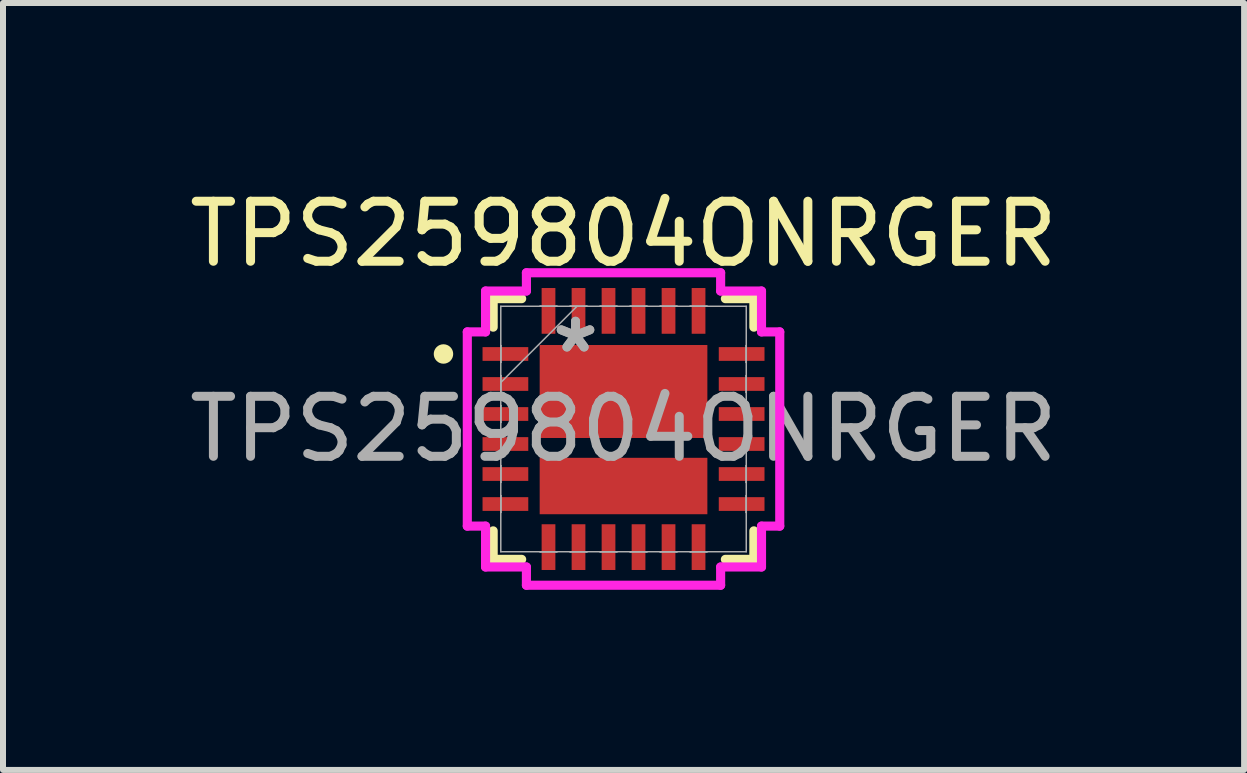
<source format=kicad_pcb>
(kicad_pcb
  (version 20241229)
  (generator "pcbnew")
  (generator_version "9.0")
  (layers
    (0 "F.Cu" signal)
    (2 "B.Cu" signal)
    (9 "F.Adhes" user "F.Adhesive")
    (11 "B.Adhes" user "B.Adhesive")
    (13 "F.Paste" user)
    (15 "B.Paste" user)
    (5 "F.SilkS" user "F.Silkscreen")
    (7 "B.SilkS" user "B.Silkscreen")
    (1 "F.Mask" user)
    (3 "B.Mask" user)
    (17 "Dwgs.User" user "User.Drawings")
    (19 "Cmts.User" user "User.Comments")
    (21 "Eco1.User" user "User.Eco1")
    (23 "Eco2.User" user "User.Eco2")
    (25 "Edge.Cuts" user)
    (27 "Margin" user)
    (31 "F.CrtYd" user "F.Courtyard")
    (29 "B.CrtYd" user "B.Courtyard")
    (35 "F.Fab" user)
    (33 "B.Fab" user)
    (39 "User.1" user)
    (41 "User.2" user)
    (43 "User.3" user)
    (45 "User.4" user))
  (footprint "TPS259804ONRGER"
    (layer "F.Cu")
    (at 7.339 4.098)
    (property "Reference" "TPS259804ONRGER" (at 0 -3.25 0) (unlocked yes) (layer "F.SilkS") (effects (font (size 1 1) (thickness 0.15))))
    (attr smd)
    (fp_line (start -2.172 -2.172) (end -2.172 -1.697) (stroke (width 0.152) (type solid)) (layer "F.SilkS"))
    (fp_line (start -2.172 1.697) (end -2.172 2.172) (stroke (width 0.152) (type solid)) (layer "F.SilkS"))
    (fp_line (start -2.172 2.172) (end -1.697 2.172) (stroke (width 0.152) (type solid)) (layer "F.SilkS"))
    (fp_line (start -1.697 -2.172) (end -2.172 -2.172) (stroke (width 0.152) (type solid)) (layer "F.SilkS"))
    (fp_line (start 1.697 2.172) (end 2.172 2.172) (stroke (width 0.152) (type solid)) (layer "F.SilkS"))
    (fp_line (start 2.172 -2.172) (end 1.697 -2.172) (stroke (width 0.152) (type solid)) (layer "F.SilkS"))
    (fp_line (start 2.172 -1.697) (end 2.172 -2.172) (stroke (width 0.152) (type solid)) (layer "F.SilkS"))
    (fp_line (start 2.172 2.172) (end 2.172 1.697) (stroke (width 0.152) (type solid)) (layer "F.SilkS"))
    (fp_circle (center -3 -1.25) (end -2.89 -1.229) (stroke (width 0.1) (type solid)) (fill yes) (layer "F.SilkS"))
    (fp_line (start -2.603 -1.618) (end -2.299 -1.618) (stroke (width 0.152) (type solid)) (layer "F.CrtYd"))
    (fp_line (start -2.603 1.618) (end -2.603 -1.618) (stroke (width 0.152) (type solid)) (layer "F.CrtYd"))
    (fp_line (start -2.299 -2.299) (end -1.618 -2.299) (stroke (width 0.152) (type solid)) (layer "F.CrtYd"))
    (fp_line (start -2.299 -1.618) (end -2.299 -2.299) (stroke (width 0.152) (type solid)) (layer "F.CrtYd"))
    (fp_line (start -2.299 1.618) (end -2.603 1.618) (stroke (width 0.152) (type solid)) (layer "F.CrtYd"))
    (fp_line (start -2.299 2.299) (end -2.299 1.618) (stroke (width 0.152) (type solid)) (layer "F.CrtYd"))
    (fp_line (start -1.618 -2.603) (end 1.618 -2.603) (stroke (width 0.152) (type solid)) (layer "F.CrtYd"))
    (fp_line (start -1.618 -2.299) (end -1.618 -2.603) (stroke (width 0.152) (type solid)) (layer "F.CrtYd"))
    (fp_line (start -1.618 2.299) (end -2.299 2.299) (stroke (width 0.152) (type solid)) (layer "F.CrtYd"))
    (fp_line (start -1.618 2.603) (end -1.618 2.299) (stroke (width 0.152) (type solid)) (layer "F.CrtYd"))
    (fp_line (start 1.618 -2.603) (end 1.618 -2.299) (stroke (width 0.152) (type solid)) (layer "F.CrtYd"))
    (fp_line (start 1.618 -2.299) (end 2.299 -2.299) (stroke (width 0.152) (type solid)) (layer "F.CrtYd"))
    (fp_line (start 1.618 2.299) (end 1.618 2.603) (stroke (width 0.152) (type solid)) (layer "F.CrtYd"))
    (fp_line (start 1.618 2.603) (end -1.618 2.603) (stroke (width 0.152) (type solid)) (layer "F.CrtYd"))
    (fp_line (start 2.299 -2.299) (end 2.299 -1.618) (stroke (width 0.152) (type solid)) (layer "F.CrtYd"))
    (fp_line (start 2.299 -1.618) (end 2.603 -1.618) (stroke (width 0.152) (type solid)) (layer "F.CrtYd"))
    (fp_line (start 2.299 1.618) (end 2.299 2.299) (stroke (width 0.152) (type solid)) (layer "F.CrtYd"))
    (fp_line (start 2.299 2.299) (end 1.618 2.299) (stroke (width 0.152) (type solid)) (layer "F.CrtYd"))
    (fp_line (start 2.603 -1.618) (end 2.603 1.618) (stroke (width 0.152) (type solid)) (layer "F.CrtYd"))
    (fp_line (start 2.603 1.618) (end 2.299 1.618) (stroke (width 0.152) (type solid)) (layer "F.CrtYd"))
    (fp_line (start -2.045 -2.045) (end -2.045 2.045) (stroke (width 0.025) (type solid)) (layer "F.Fab"))
    (fp_line (start -2.045 -1.39) (end -2.045 -1.39) (stroke (width 0.025) (type solid)) (layer "F.Fab"))
    (fp_line (start -2.045 -1.39) (end -2.045 -1.11) (stroke (width 0.025) (type solid)) (layer "F.Fab"))
    (fp_line (start -2.045 -1.11) (end -2.045 -1.39) (stroke (width 0.025) (type solid)) (layer "F.Fab"))
    (fp_line (start -2.045 -1.11) (end -2.045 -1.11) (stroke (width 0.025) (type solid)) (layer "F.Fab"))
    (fp_line (start -2.045 -0.89) (end -2.045 -0.89) (stroke (width 0.025) (type solid)) (layer "F.Fab"))
    (fp_line (start -2.045 -0.89) (end -2.045 -0.61) (stroke (width 0.025) (type solid)) (layer "F.Fab"))
    (fp_line (start -2.045 -0.775) (end -0.775 -2.045) (stroke (width 0.025) (type solid)) (layer "F.Fab"))
    (fp_line (start -2.045 -0.61) (end -2.045 -0.89) (stroke (width 0.025) (type solid)) (layer "F.Fab"))
    (fp_line (start -2.045 -0.61) (end -2.045 -0.61) (stroke (width 0.025) (type solid)) (layer "F.Fab"))
    (fp_line (start -2.045 -0.39) (end -2.045 -0.39) (stroke (width 0.025) (type solid)) (layer "F.Fab"))
    (fp_line (start -2.045 -0.39) (end -2.045 -0.11) (stroke (width 0.025) (type solid)) (layer "F.Fab"))
    (fp_line (start -2.045 -0.11) (end -2.045 -0.39) (stroke (width 0.025) (type solid)) (layer "F.Fab"))
    (fp_line (start -2.045 -0.11) (end -2.045 -0.11) (stroke (width 0.025) (type solid)) (layer "F.Fab"))
    (fp_line (start -2.045 0.11) (end -2.045 0.11) (stroke (width 0.025) (type solid)) (layer "F.Fab"))
    (fp_line (start -2.045 0.11) (end -2.045 0.39) (stroke (width 0.025) (type solid)) (layer "F.Fab"))
    (fp_line (start -2.045 0.39) (end -2.045 0.11) (stroke (width 0.025) (type solid)) (layer "F.Fab"))
    (fp_line (start -2.045 0.39) (end -2.045 0.39) (stroke (width 0.025) (type solid)) (layer "F.Fab"))
    (fp_line (start -2.045 0.61) (end -2.045 0.61) (stroke (width 0.025) (type solid)) (layer "F.Fab"))
    (fp_line (start -2.045 0.61) (end -2.045 0.89) (stroke (width 0.025) (type solid)) (layer "F.Fab"))
    (fp_line (start -2.045 0.89) (end -2.045 0.61) (stroke (width 0.025) (type solid)) (layer "F.Fab"))
    (fp_line (start -2.045 0.89) (end -2.045 0.89) (stroke (width 0.025) (type solid)) (layer "F.Fab"))
    (fp_line (start -2.045 1.11) (end -2.045 1.11) (stroke (width 0.025) (type solid)) (layer "F.Fab"))
    (fp_line (start -2.045 1.11) (end -2.045 1.39) (stroke (width 0.025) (type solid)) (layer "F.Fab"))
    (fp_line (start -2.045 1.39) (end -2.045 1.11) (stroke (width 0.025) (type solid)) (layer "F.Fab"))
    (fp_line (start -2.045 1.39) (end -2.045 1.39) (stroke (width 0.025) (type solid)) (layer "F.Fab"))
    (fp_line (start -2.045 2.045) (end 2.045 2.045) (stroke (width 0.025) (type solid)) (layer "F.Fab"))
    (fp_line (start -1.39 -2.045) (end -1.39 -2.045) (stroke (width 0.025) (type solid)) (layer "F.Fab"))
    (fp_line (start -1.39 -2.045) (end -1.11 -2.045) (stroke (width 0.025) (type solid)) (layer "F.Fab"))
    (fp_line (start -1.39 2.045) (end -1.39 2.045) (stroke (width 0.025) (type solid)) (layer "F.Fab"))
    (fp_line (start -1.39 2.045) (end -1.11 2.045) (stroke (width 0.025) (type solid)) (layer "F.Fab"))
    (fp_line (start -1.11 -2.045) (end -1.39 -2.045) (stroke (width 0.025) (type solid)) (layer "F.Fab"))
    (fp_line (start -1.11 -2.045) (end -1.11 -2.045) (stroke (width 0.025) (type solid)) (layer "F.Fab"))
    (fp_line (start -1.11 2.045) (end -1.39 2.045) (stroke (width 0.025) (type solid)) (layer "F.Fab"))
    (fp_line (start -1.11 2.045) (end -1.11 2.045) (stroke (width 0.025) (type solid)) (layer "F.Fab"))
    (fp_line (start -0.89 -2.045) (end -0.89 -2.045) (stroke (width 0.025) (type solid)) (layer "F.Fab"))
    (fp_line (start -0.89 -2.045) (end -0.61 -2.045) (stroke (width 0.025) (type solid)) (layer "F.Fab"))
    (fp_line (start -0.89 2.045) (end -0.89 2.045) (stroke (width 0.025) (type solid)) (layer "F.Fab"))
    (fp_line (start -0.89 2.045) (end -0.61 2.045) (stroke (width 0.025) (type solid)) (layer "F.Fab"))
    (fp_line (start -0.61 -2.045) (end -0.89 -2.045) (stroke (width 0.025) (type solid)) (layer "F.Fab"))
    (fp_line (start -0.61 -2.045) (end -0.61 -2.045) (stroke (width 0.025) (type solid)) (layer "F.Fab"))
    (fp_line (start -0.61 2.045) (end -0.89 2.045) (stroke (width 0.025) (type solid)) (layer "F.Fab"))
    (fp_line (start -0.61 2.045) (end -0.61 2.045) (stroke (width 0.025) (type solid)) (layer "F.Fab"))
    (fp_line (start -0.39 -2.045) (end -0.39 -2.045) (stroke (width 0.025) (type solid)) (layer "F.Fab"))
    (fp_line (start -0.39 -2.045) (end -0.11 -2.045) (stroke (width 0.025) (type solid)) (layer "F.Fab"))
    (fp_line (start -0.39 2.045) (end -0.39 2.045) (stroke (width 0.025) (type solid)) (layer "F.Fab"))
    (fp_line (start -0.39 2.045) (end -0.11 2.045) (stroke (width 0.025) (type solid)) (layer "F.Fab"))
    (fp_line (start -0.11 -2.045) (end -0.39 -2.045) (stroke (width 0.025) (type solid)) (layer "F.Fab"))
    (fp_line (start -0.11 -2.045) (end -0.11 -2.045) (stroke (width 0.025) (type solid)) (layer "F.Fab"))
    (fp_line (start -0.11 2.045) (end -0.39 2.045) (stroke (width 0.025) (type solid)) (layer "F.Fab"))
    (fp_line (start -0.11 2.045) (end -0.11 2.045) (stroke (width 0.025) (type solid)) (layer "F.Fab"))
    (fp_line (start 0.11 -2.045) (end 0.11 -2.045) (stroke (width 0.025) (type solid)) (layer "F.Fab"))
    (fp_line (start 0.11 -2.045) (end 0.39 -2.045) (stroke (width 0.025) (type solid)) (layer "F.Fab"))
    (fp_line (start 0.11 2.045) (end 0.11 2.045) (stroke (width 0.025) (type solid)) (layer "F.Fab"))
    (fp_line (start 0.11 2.045) (end 0.39 2.045) (stroke (width 0.025) (type solid)) (layer "F.Fab"))
    (fp_line (start 0.39 -2.045) (end 0.11 -2.045) (stroke (width 0.025) (type solid)) (layer "F.Fab"))
    (fp_line (start 0.39 -2.045) (end 0.39 -2.045) (stroke (width 0.025) (type solid)) (layer "F.Fab"))
    (fp_line (start 0.39 2.045) (end 0.11 2.045) (stroke (width 0.025) (type solid)) (layer "F.Fab"))
    (fp_line (start 0.39 2.045) (end 0.39 2.045) (stroke (width 0.025) (type solid)) (layer "F.Fab"))
    (fp_line (start 0.61 -2.045) (end 0.61 -2.045) (stroke (width 0.025) (type solid)) (layer "F.Fab"))
    (fp_line (start 0.61 -2.045) (end 0.89 -2.045) (stroke (width 0.025) (type solid)) (layer "F.Fab"))
    (fp_line (start 0.61 2.045) (end 0.61 2.045) (stroke (width 0.025) (type solid)) (layer "F.Fab"))
    (fp_line (start 0.61 2.045) (end 0.89 2.045) (stroke (width 0.025) (type solid)) (layer "F.Fab"))
    (fp_line (start 0.89 -2.045) (end 0.61 -2.045) (stroke (width 0.025) (type solid)) (layer "F.Fab"))
    (fp_line (start 0.89 -2.045) (end 0.89 -2.045) (stroke (width 0.025) (type solid)) (layer "F.Fab"))
    (fp_line (start 0.89 2.045) (end 0.61 2.045) (stroke (width 0.025) (type solid)) (layer "F.Fab"))
    (fp_line (start 0.89 2.045) (end 0.89 2.045) (stroke (width 0.025) (type solid)) (layer "F.Fab"))
    (fp_line (start 1.11 -2.045) (end 1.11 -2.045) (stroke (width 0.025) (type solid)) (layer "F.Fab"))
    (fp_line (start 1.11 -2.045) (end 1.39 -2.045) (stroke (width 0.025) (type solid)) (layer "F.Fab"))
    (fp_line (start 1.11 2.045) (end 1.11 2.045) (stroke (width 0.025) (type solid)) (layer "F.Fab"))
    (fp_line (start 1.11 2.045) (end 1.39 2.045) (stroke (width 0.025) (type solid)) (layer "F.Fab"))
    (fp_line (start 1.39 -2.045) (end 1.11 -2.045) (stroke (width 0.025) (type solid)) (layer "F.Fab"))
    (fp_line (start 1.39 -2.045) (end 1.39 -2.045) (stroke (width 0.025) (type solid)) (layer "F.Fab"))
    (fp_line (start 1.39 2.045) (end 1.11 2.045) (stroke (width 0.025) (type solid)) (layer "F.Fab"))
    (fp_line (start 1.39 2.045) (end 1.39 2.045) (stroke (width 0.025) (type solid)) (layer "F.Fab"))
    (fp_line (start 2.045 -2.045) (end -2.045 -2.045) (stroke (width 0.025) (type solid)) (layer "F.Fab"))
    (fp_line (start 2.045 -1.39) (end 2.045 -1.39) (stroke (width 0.025) (type solid)) (layer "F.Fab"))
    (fp_line (start 2.045 -1.39) (end 2.045 -1.11) (stroke (width 0.025) (type solid)) (layer "F.Fab"))
    (fp_line (start 2.045 -1.11) (end 2.045 -1.39) (stroke (width 0.025) (type solid)) (layer "F.Fab"))
    (fp_line (start 2.045 -1.11) (end 2.045 -1.11) (stroke (width 0.025) (type solid)) (layer "F.Fab"))
    (fp_line (start 2.045 -0.89) (end 2.045 -0.89) (stroke (width 0.025) (type solid)) (layer "F.Fab"))
    (fp_line (start 2.045 -0.89) (end 2.045 -0.61) (stroke (width 0.025) (type solid)) (layer "F.Fab"))
    (fp_line (start 2.045 -0.61) (end 2.045 -0.89) (stroke (width 0.025) (type solid)) (layer "F.Fab"))
    (fp_line (start 2.045 -0.61) (end 2.045 -0.61) (stroke (width 0.025) (type solid)) (layer "F.Fab"))
    (fp_line (start 2.045 -0.39) (end 2.045 -0.39) (stroke (width 0.025) (type solid)) (layer "F.Fab"))
    (fp_line (start 2.045 -0.39) (end 2.045 -0.11) (stroke (width 0.025) (type solid)) (layer "F.Fab"))
    (fp_line (start 2.045 -0.11) (end 2.045 -0.39) (stroke (width 0.025) (type solid)) (layer "F.Fab"))
    (fp_line (start 2.045 -0.11) (end 2.045 -0.11) (stroke (width 0.025) (type solid)) (layer "F.Fab"))
    (fp_line (start 2.045 0.11) (end 2.045 0.11) (stroke (width 0.025) (type solid)) (layer "F.Fab"))
    (fp_line (start 2.045 0.11) (end 2.045 0.39) (stroke (width 0.025) (type solid)) (layer "F.Fab"))
    (fp_line (start 2.045 0.39) (end 2.045 0.11) (stroke (width 0.025) (type solid)) (layer "F.Fab"))
    (fp_line (start 2.045 0.39) (end 2.045 0.39) (stroke (width 0.025) (type solid)) (layer "F.Fab"))
    (fp_line (start 2.045 0.61) (end 2.045 0.61) (stroke (width 0.025) (type solid)) (layer "F.Fab"))
    (fp_line (start 2.045 0.61) (end 2.045 0.89) (stroke (width 0.025) (type solid)) (layer "F.Fab"))
    (fp_line (start 2.045 0.89) (end 2.045 0.61) (stroke (width 0.025) (type solid)) (layer "F.Fab"))
    (fp_line (start 2.045 0.89) (end 2.045 0.89) (stroke (width 0.025) (type solid)) (layer "F.Fab"))
    (fp_line (start 2.045 1.11) (end 2.045 1.11) (stroke (width 0.025) (type solid)) (layer "F.Fab"))
    (fp_line (start 2.045 1.11) (end 2.045 1.39) (stroke (width 0.025) (type solid)) (layer "F.Fab"))
    (fp_line (start 2.045 1.39) (end 2.045 1.11) (stroke (width 0.025) (type solid)) (layer "F.Fab"))
    (fp_line (start 2.045 1.39) (end 2.045 1.39) (stroke (width 0.025) (type solid)) (layer "F.Fab"))
    (fp_line (start 2.045 2.045) (end 2.045 -2.045) (stroke (width 0.025) (type solid)) (layer "F.Fab"))
    (fp_text user "*" (at -0.8 -1.25 0) (layer "F.Fab") (effects (font (size 1 1) (thickness 0.15))))
    (fp_text user "*" (at -0.8 -1.25 0) (unlocked yes) (layer "F.Fab") (effects (font (size 1 1) (thickness 0.15))))
    (fp_text user "${REFERENCE}" (at 0 0 0) (unlocked yes) (layer "F.Fab") (effects (font (size 1 1) (thickness 0.15))))
    (pad "1" smd rect (at -1.968 -1.25 90) (size 0.229 0.762) (layers "F.Cu" "F.Mask" "F.Paste"))
    (pad "2" smd rect (at -1.968 -0.75 90) (size 0.229 0.762) (layers "F.Cu" "F.Mask" "F.Paste"))
    (pad "3" smd rect (at -1.968 -0.25 90) (size 0.229 0.762) (layers "F.Cu" "F.Mask" "F.Paste"))
    (pad "4" smd rect (at -1.968 0.25 90) (size 0.229 0.762) (layers "F.Cu" "F.Mask" "F.Paste"))
    (pad "5" smd rect (at -1.968 0.75 90) (size 0.229 0.762) (layers "F.Cu" "F.Mask" "F.Paste"))
    (pad "6" smd rect (at -1.968 1.25 90) (size 0.229 0.762) (layers "F.Cu" "F.Mask" "F.Paste"))
    (pad "7" smd rect (at -1.25 1.968) (size 0.229 0.762) (layers "F.Cu" "F.Mask" "F.Paste"))
    (pad "8" smd rect (at -0.75 1.968) (size 0.229 0.762) (layers "F.Cu" "F.Mask" "F.Paste"))
    (pad "9" smd rect (at -0.25 1.968) (size 0.229 0.762) (layers "F.Cu" "F.Mask" "F.Paste"))
    (pad "10" smd rect (at 0.25 1.968) (size 0.229 0.762) (layers "F.Cu" "F.Mask" "F.Paste"))
    (pad "11" smd rect (at 0.75 1.968) (size 0.229 0.762) (layers "F.Cu" "F.Mask" "F.Paste"))
    (pad "12" smd rect (at 1.25 1.968) (size 0.229 0.762) (layers "F.Cu" "F.Mask" "F.Paste"))
    (pad "13" smd rect (at 1.968 1.25 90) (size 0.229 0.762) (layers "F.Cu" "F.Mask" "F.Paste"))
    (pad "14" smd rect (at 1.968 0.75 90) (size 0.229 0.762) (layers "F.Cu" "F.Mask" "F.Paste"))
    (pad "15" smd rect (at 1.968 0.25 90) (size 0.229 0.762) (layers "F.Cu" "F.Mask" "F.Paste"))
    (pad "16" smd rect (at 1.968 -0.25 90) (size 0.229 0.762) (layers "F.Cu" "F.Mask" "F.Paste"))
    (pad "17" smd rect (at 1.968 -0.75 90) (size 0.229 0.762) (layers "F.Cu" "F.Mask" "F.Paste"))
    (pad "18" smd rect (at 1.968 -1.25 90) (size 0.229 0.762) (layers "F.Cu" "F.Mask" "F.Paste"))
    (pad "19" smd rect (at 1.25 -1.968) (size 0.229 0.762) (layers "F.Cu" "F.Mask" "F.Paste"))
    (pad "20" smd rect (at 0.75 -1.968) (size 0.229 0.762) (layers "F.Cu" "F.Mask" "F.Paste"))
    (pad "21" smd rect (at 0.25 -1.968) (size 0.229 0.762) (layers "F.Cu" "F.Mask" "F.Paste"))
    (pad "22" smd rect (at -0.25 -1.968) (size 0.229 0.762) (layers "F.Cu" "F.Mask" "F.Paste"))
    (pad "23" smd rect (at -0.75 -1.968) (size 0.229 0.762) (layers "F.Cu" "F.Mask" "F.Paste"))
    (pad "24" smd rect (at -1.25 -1.968) (size 0.229 0.762) (layers "F.Cu" "F.Mask" "F.Paste"))
    (pad "25" smd rect (at 0 -0.625) (size 2.794 1.549) (layers "F.Cu" "F.Mask" "F.Paste"))
    (pad "26" smd rect (at 0 0.95) (size 2.794 0.94) (layers "F.Cu" "F.Mask" "F.Paste")))
  (gr_rect
    (start -3 -3)
    (end 17.679 9.778)
    (stroke (width 0.1) (type default))
    (fill no)
    (layer "Edge.Cuts")))
</source>
